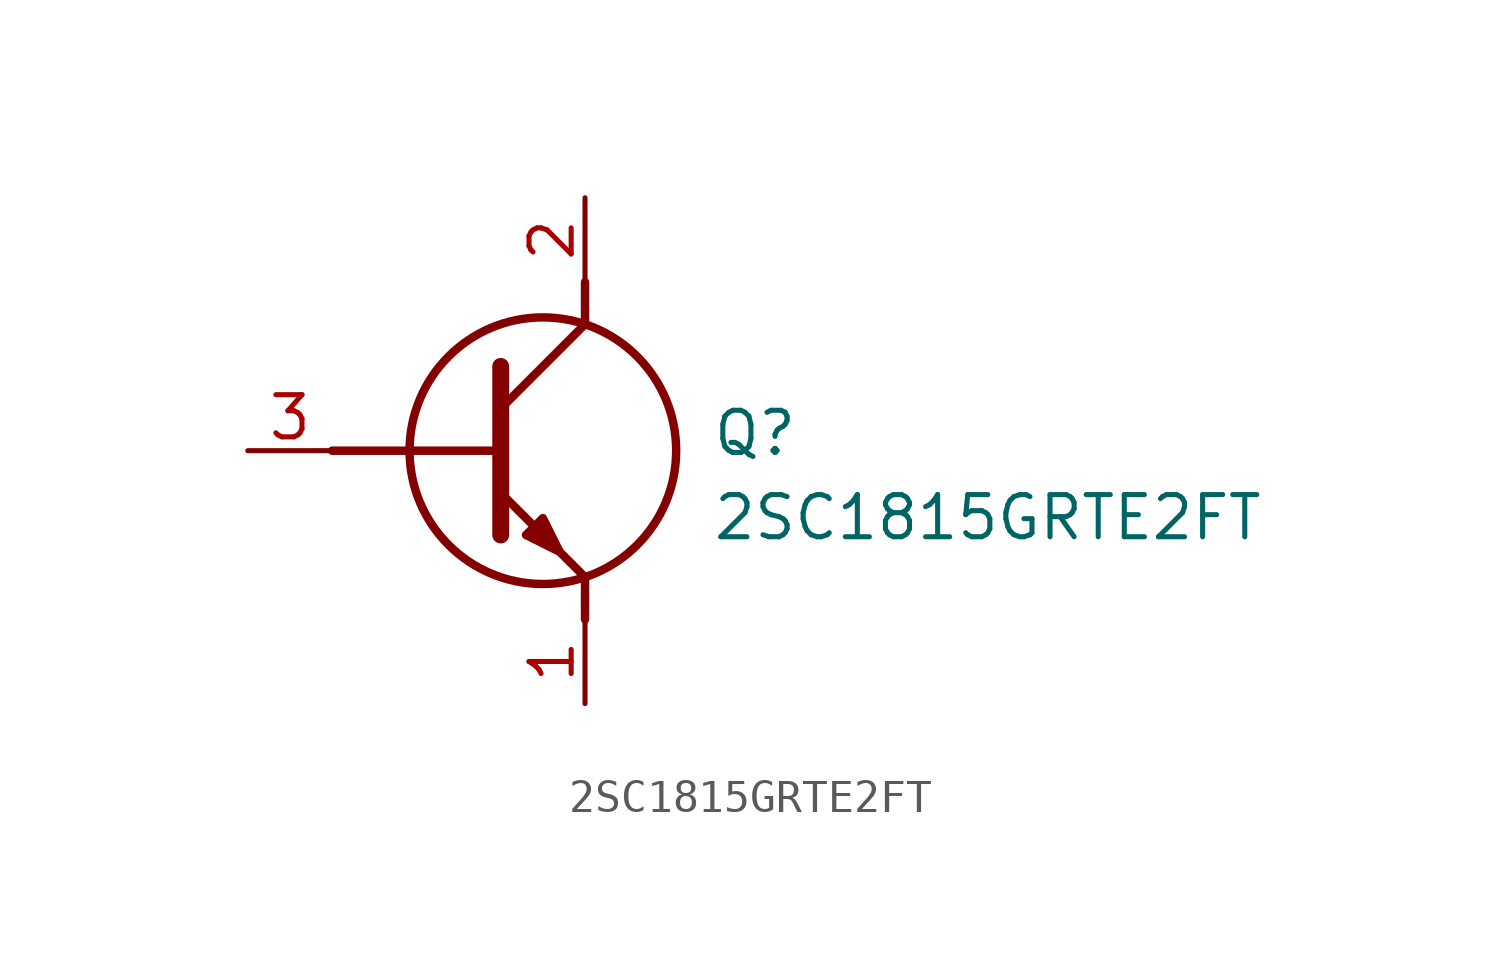
<source format=kicad_sym>
(kicad_symbol_lib
  (version 20211014)
  (generator SamacSys_ECAD_Model)
  (symbol "2SC1815GRTE2FT"
    (pin_names hide)
    (property "Reference" "Q"
      (at 13.97 1.27 0)
      (effects (font (size 1.27 1.27)) (justify left top)))
    (property "Value" "2SC1815GRTE2FT"
      (at 13.97 -1.27 0)
      (effects (font (size 1.27 1.27)) (justify left top)))
    (polyline
      (pts (xy 7.62 2.54) (xy 7.62 -2.54))
      (stroke (width 0.508) (type default))
      (fill (type none)))
    (polyline
      (pts (xy 7.62 1.27) (xy 10.16 3.81))
      (stroke (width 0.254) (type default))
      (fill (type none)))
    (polyline
      (pts (xy 7.62 -1.27) (xy 10.16 -3.81))
      (stroke (width 0.254) (type default))
      (fill (type none)))
    (polyline
      (pts (xy 10.16 -3.81) (xy 10.16 -5.08))
      (stroke (width 0.254) (type default))
      (fill (type none)))
    (polyline
      (pts (xy 10.16 3.81) (xy 10.16 5.08))
      (stroke (width 0.254) (type default))
      (fill (type none)))
    (polyline
      (pts (xy 2.54 0) (xy 7.62 0))
      (stroke (width 0.254) (type default))
      (fill (type none)))
    (circle
      (center 8.89 0)
      (radius 4.016)
      (stroke (width 0.254) (type default))
      (fill (type none)))
    (polyline
      (pts (xy 8.382 -2.54) (xy 8.89 -2.032) (xy 9.398 -3.048) (xy 8.382 -2.54))
      (stroke (width 0.254) (type default))
      (fill (type outline)))
    (pin passive line
      (at 0 0 0)
      (length 2.54)
      (name "B" (effects (font (size 1.27 1.27))))
      (number "3" (effects (font (size 1.27 1.27)))))
    (pin passive line
      (at 10.16 -7.62 90)
      (length 2.54)
      (name "E" (effects (font (size 1.27 1.27))))
      (number "1" (effects (font (size 1.27 1.27)))))
    (pin passive line
      (at 10.16 7.62 270)
      (length 2.54)
      (name "C" (effects (font (size 1.27 1.27))))
      (number "2" (effects (font (size 1.27 1.27)))))))
</source>
